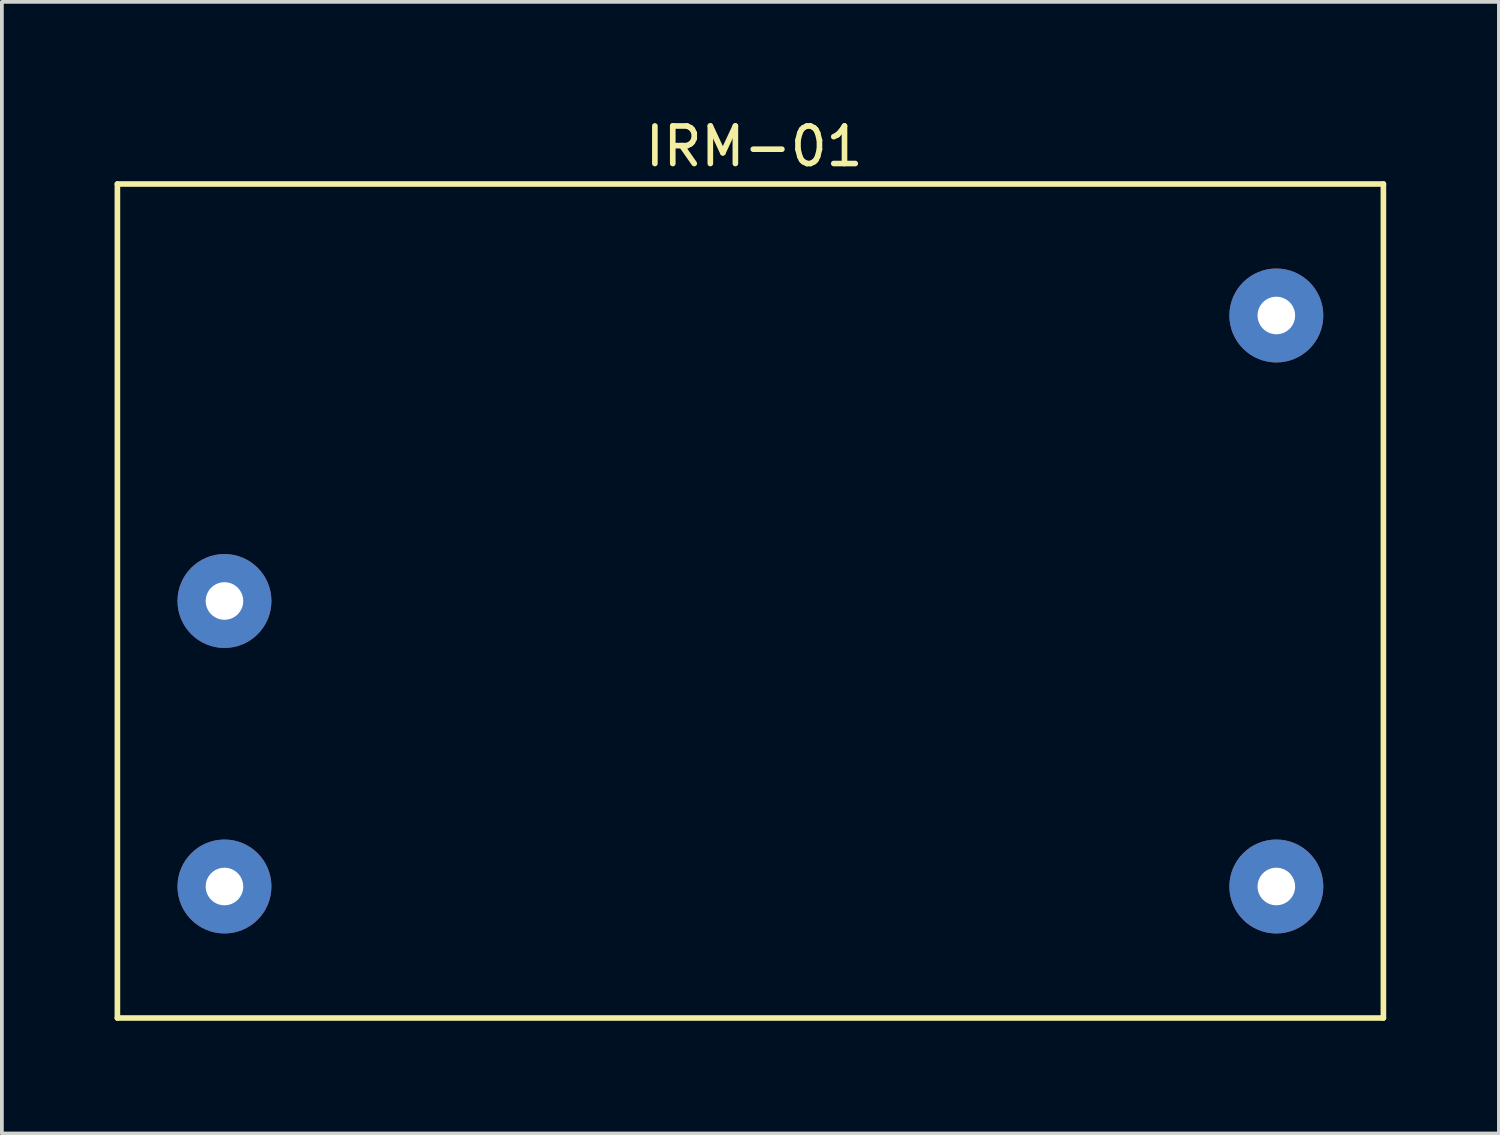
<source format=kicad_pcb>
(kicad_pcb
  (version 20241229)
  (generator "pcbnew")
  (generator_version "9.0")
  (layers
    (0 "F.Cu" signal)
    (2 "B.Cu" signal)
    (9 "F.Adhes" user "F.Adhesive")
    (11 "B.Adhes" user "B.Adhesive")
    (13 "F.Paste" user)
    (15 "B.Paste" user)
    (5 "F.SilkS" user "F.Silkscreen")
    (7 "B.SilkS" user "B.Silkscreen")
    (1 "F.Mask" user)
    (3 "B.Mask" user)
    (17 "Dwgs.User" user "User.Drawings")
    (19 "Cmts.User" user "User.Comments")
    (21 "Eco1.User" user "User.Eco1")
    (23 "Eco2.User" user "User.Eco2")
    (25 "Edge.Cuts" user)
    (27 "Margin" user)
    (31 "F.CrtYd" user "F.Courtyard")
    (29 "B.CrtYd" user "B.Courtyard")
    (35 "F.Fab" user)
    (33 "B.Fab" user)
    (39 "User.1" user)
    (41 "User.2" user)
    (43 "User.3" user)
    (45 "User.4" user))
  (footprint "IRM-01"
    (layer "F.Cu")
    (at 16.925 12.948)
    (property "Reference" "IRM-01" (at 0.1 -12.1 0) (layer "F.SilkS") (effects (font (size 1 1) (thickness 0.15))))
    (attr through_hole)
    (fp_line (start -16.85 -11.1) (end 16.85 -11.1) (stroke (width 0.15) (type solid)) (layer "F.SilkS"))
    (fp_line (start -16.85 11.1) (end -16.85 -11.1) (stroke (width 0.15) (type solid)) (layer "F.SilkS"))
    (fp_line (start 16.85 -11.1) (end 16.85 11.1) (stroke (width 0.15) (type solid)) (layer "F.SilkS"))
    (fp_line (start 16.85 11.1) (end -16.85 11.1) (stroke (width 0.15) (type solid)) (layer "F.SilkS"))
    (pad "1" thru_hole circle (at 14 -7.6) (size 2.5 2.5) (drill 1) (layers "*.Cu" "*.Mask"))
    (pad "2" thru_hole circle (at 14 7.6) (size 2.5 2.5) (drill 1) (layers "*.Cu" "*.Mask"))
    (pad "3" thru_hole circle (at -14 0) (size 2.5 2.5) (drill 1) (layers "*.Cu" "*.Mask"))
    (pad "4" thru_hole circle (at -14 7.6) (size 2.5 2.5) (drill 1) (layers "*.Cu" "*.Mask")))
  (gr_rect
    (start -3 -3)
    (end 36.85 27.123)
    (stroke (width 0.1) (type default))
    (fill no)
    (layer "Edge.Cuts")))
</source>
